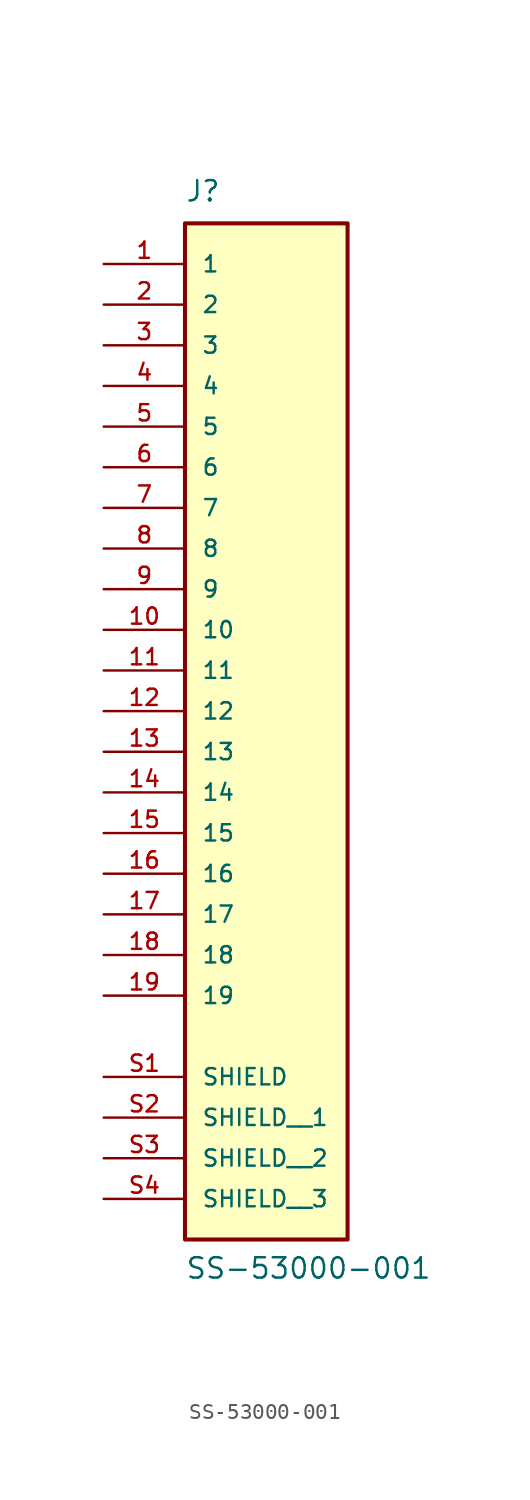
<source format=kicad_sym>
(kicad_symbol_lib
  (version 20211014)
  (generator kicad_symbol_editor)
  (symbol "SS-53000-001"
    (pin_names
      (offset 1.016))
    (property "Reference" "J"
      (at -5.08 29.21 0)
      (effects (font (size 1.27 1.27)) (justify bottom left)))
    (property "Value" "SS-53000-001"
      (at -5.08 -38.1 0)
      (effects (font (size 1.27 1.27)) (justify bottom left)))
    (symbol "SS-53000-001_0_0"
      (rectangle (start -5.08 -35.56) (end 5.08 27.94) (stroke (width 0.254)) (fill (type background)))
      (pin passive line (at -10.16 25.4 0) (length 5.08) (name "1" (effects (font (size 1.016 1.016)))) (number "1" (effects (font (size 1.016 1.016)))))
      (pin passive line (at -10.16 22.86 0) (length 5.08) (name "2" (effects (font (size 1.016 1.016)))) (number "2" (effects (font (size 1.016 1.016)))))
      (pin passive line (at -10.16 20.32 0) (length 5.08) (name "3" (effects (font (size 1.016 1.016)))) (number "3" (effects (font (size 1.016 1.016)))))
      (pin passive line (at -10.16 17.78 0) (length 5.08) (name "4" (effects (font (size 1.016 1.016)))) (number "4" (effects (font (size 1.016 1.016)))))
      (pin passive line (at -10.16 15.24 0) (length 5.08) (name "5" (effects (font (size 1.016 1.016)))) (number "5" (effects (font (size 1.016 1.016)))))
      (pin passive line (at -10.16 12.7 0) (length 5.08) (name "6" (effects (font (size 1.016 1.016)))) (number "6" (effects (font (size 1.016 1.016)))))
      (pin passive line (at -10.16 10.16 0) (length 5.08) (name "7" (effects (font (size 1.016 1.016)))) (number "7" (effects (font (size 1.016 1.016)))))
      (pin passive line (at -10.16 7.62 0) (length 5.08) (name "8" (effects (font (size 1.016 1.016)))) (number "8" (effects (font (size 1.016 1.016)))))
      (pin passive line (at -10.16 5.08 0) (length 5.08) (name "9" (effects (font (size 1.016 1.016)))) (number "9" (effects (font (size 1.016 1.016)))))
      (pin passive line (at -10.16 2.54 0) (length 5.08) (name "10" (effects (font (size 1.016 1.016)))) (number "10" (effects (font (size 1.016 1.016)))))
      (pin passive line (at -10.16 0.0 0) (length 5.08) (name "11" (effects (font (size 1.016 1.016)))) (number "11" (effects (font (size 1.016 1.016)))))
      (pin passive line (at -10.16 -2.54 0) (length 5.08) (name "12" (effects (font (size 1.016 1.016)))) (number "12" (effects (font (size 1.016 1.016)))))
      (pin passive line (at -10.16 -5.08 0) (length 5.08) (name "13" (effects (font (size 1.016 1.016)))) (number "13" (effects (font (size 1.016 1.016)))))
      (pin passive line (at -10.16 -7.62 0) (length 5.08) (name "14" (effects (font (size 1.016 1.016)))) (number "14" (effects (font (size 1.016 1.016)))))
      (pin passive line (at -10.16 -10.16 0) (length 5.08) (name "15" (effects (font (size 1.016 1.016)))) (number "15" (effects (font (size 1.016 1.016)))))
      (pin passive line (at -10.16 -12.7 0) (length 5.08) (name "16" (effects (font (size 1.016 1.016)))) (number "16" (effects (font (size 1.016 1.016)))))
      (pin passive line (at -10.16 -15.24 0) (length 5.08) (name "17" (effects (font (size 1.016 1.016)))) (number "17" (effects (font (size 1.016 1.016)))))
      (pin passive line (at -10.16 -17.78 0) (length 5.08) (name "18" (effects (font (size 1.016 1.016)))) (number "18" (effects (font (size 1.016 1.016)))))
      (pin passive line (at -10.16 -20.32 0) (length 5.08) (name "19" (effects (font (size 1.016 1.016)))) (number "19" (effects (font (size 1.016 1.016)))))
      (pin passive line (at -10.16 -25.4 0) (length 5.08) (name "SHIELD" (effects (font (size 1.016 1.016)))) (number "S1" (effects (font (size 1.016 1.016)))))
      (pin passive line (at -10.16 -27.94 0) (length 5.08) (name "SHIELD__1" (effects (font (size 1.016 1.016)))) (number "S2" (effects (font (size 1.016 1.016)))))
      (pin passive line (at -10.16 -30.48 0) (length 5.08) (name "SHIELD__2" (effects (font (size 1.016 1.016)))) (number "S3" (effects (font (size 1.016 1.016)))))
      (pin passive line (at -10.16 -33.02 0) (length 5.08) (name "SHIELD__3" (effects (font (size 1.016 1.016)))) (number "S4" (effects (font (size 1.016 1.016))))))))
</source>
